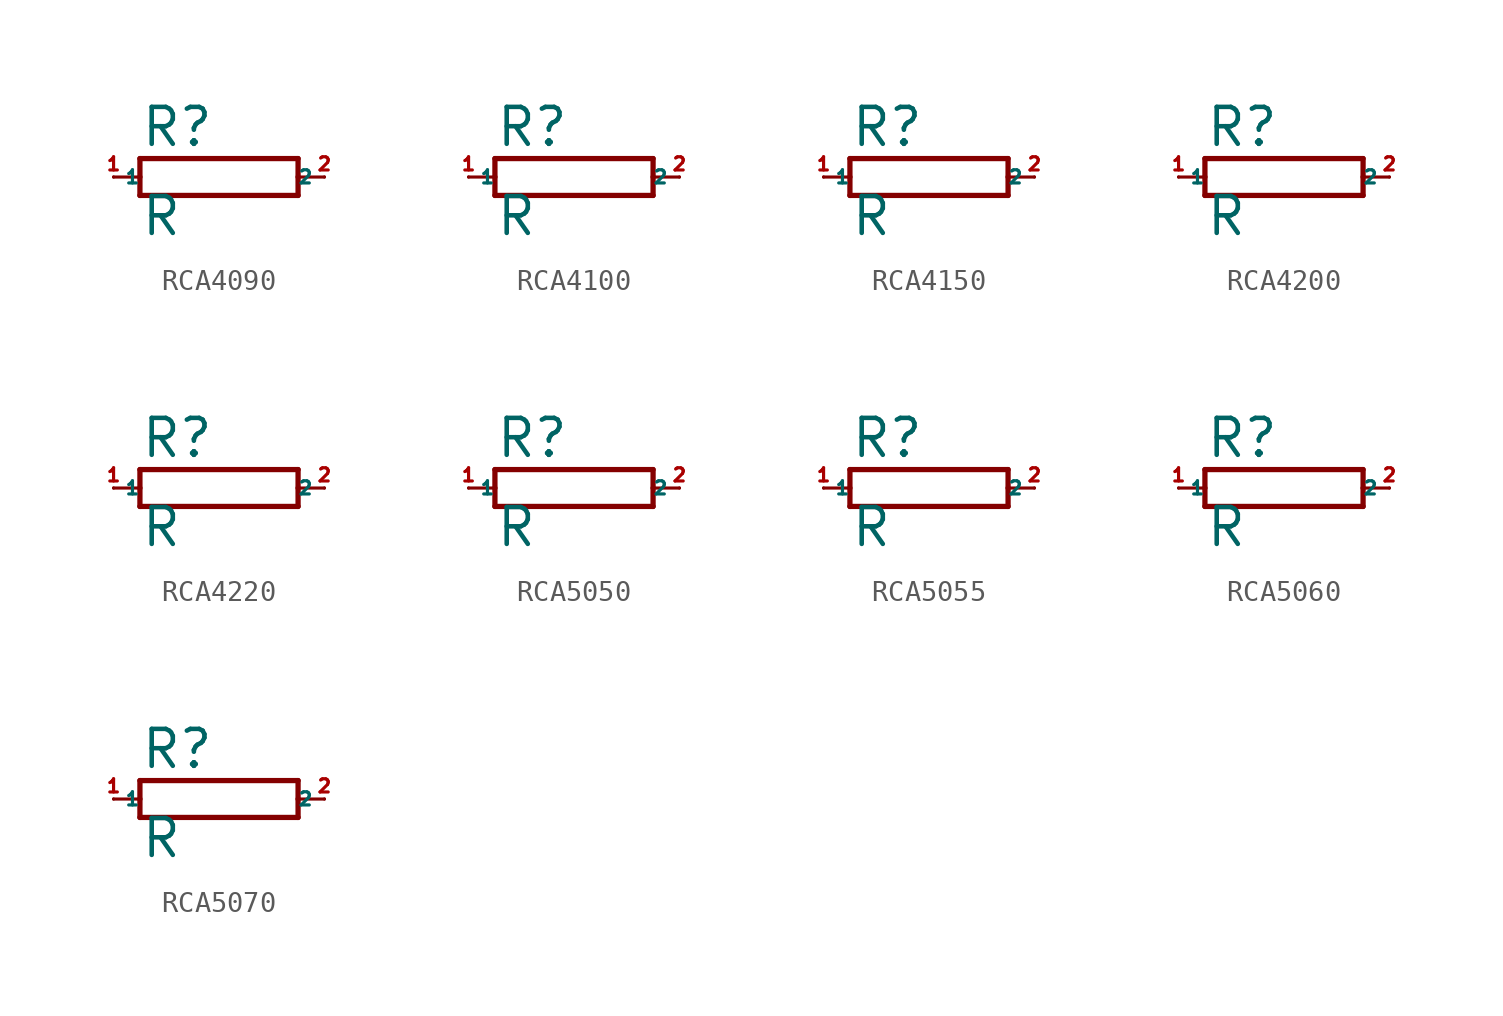
<source format=kicad_sym>
(kicad_symbol_lib
  (version 20220914)
  (generator Eagle2Kicad)
  (symbol "RCA4090"
    (property "Reference" "R"
      (at -3.81 1.372 0)
      (effects (font (size 1.778 1.778) (thickness 0.22)) (justify left bottom)))
    (property "Value" "R"
      (at -3.81 -2.921 0)
      (effects (font (size 1.778 1.778) (thickness 0.22)) (justify left bottom)))
    (polyline
      (pts (xy -3.81 -0.889) (xy 3.81 -0.889))
      (stroke (width 0.254) (type default))
      (fill (type none)))
    (polyline
      (pts (xy 3.81 -0.889) (xy 3.81 0))
      (stroke (width 0.254) (type default))
      (fill (type none)))
    (polyline
      (pts (xy 3.81 0.889) (xy -3.81 0.889))
      (stroke (width 0.254) (type default))
      (fill (type none)))
    (polyline
      (pts (xy -3.81 -0.889) (xy -3.81 0))
      (stroke (width 0.254) (type default))
      (fill (type none)))
    (polyline
      (pts (xy 3.81 0) (xy 5.08 0))
      (stroke (width 0.152) (type default))
      (fill (type none)))
    (polyline
      (pts (xy 3.81 0) (xy 3.81 0.889))
      (stroke (width 0.254) (type default))
      (fill (type none)))
    (polyline
      (pts (xy -5.08 0) (xy -3.81 0))
      (stroke (width 0.152) (type default))
      (fill (type none)))
    (polyline
      (pts (xy -3.81 0) (xy -3.81 0.889))
      (stroke (width 0.254) (type default))
      (fill (type none)))
    (pin passive line
      (at 5.08 0 180)
      (length 0)
      (name "2" (effects (font (size 0.635 0.635) (thickness 0.08)) (justify left bottom)))
      (number "2" (effects (font (size 0.635 0.635) (thickness 0.08)) (justify left bottom))))
    (pin passive line
      (at -5.08 0 0)
      (length 0)
      (name "1" (effects (font (size 0.635 0.635) (thickness 0.08)) (justify left bottom)))
      (number "1" (effects (font (size 0.635 0.635) (thickness 0.08)) (justify left bottom)))))
  (symbol "RCA4100"
    (property "Reference" "R"
      (at -3.81 1.372 0)
      (effects (font (size 1.778 1.778) (thickness 0.22)) (justify left bottom)))
    (property "Value" "R"
      (at -3.81 -2.921 0)
      (effects (font (size 1.778 1.778) (thickness 0.22)) (justify left bottom)))
    (polyline
      (pts (xy -3.81 -0.889) (xy 3.81 -0.889))
      (stroke (width 0.254) (type default))
      (fill (type none)))
    (polyline
      (pts (xy 3.81 -0.889) (xy 3.81 0))
      (stroke (width 0.254) (type default))
      (fill (type none)))
    (polyline
      (pts (xy 3.81 0.889) (xy -3.81 0.889))
      (stroke (width 0.254) (type default))
      (fill (type none)))
    (polyline
      (pts (xy -3.81 -0.889) (xy -3.81 0))
      (stroke (width 0.254) (type default))
      (fill (type none)))
    (polyline
      (pts (xy 3.81 0) (xy 5.08 0))
      (stroke (width 0.152) (type default))
      (fill (type none)))
    (polyline
      (pts (xy 3.81 0) (xy 3.81 0.889))
      (stroke (width 0.254) (type default))
      (fill (type none)))
    (polyline
      (pts (xy -5.08 0) (xy -3.81 0))
      (stroke (width 0.152) (type default))
      (fill (type none)))
    (polyline
      (pts (xy -3.81 0) (xy -3.81 0.889))
      (stroke (width 0.254) (type default))
      (fill (type none)))
    (pin passive line
      (at 5.08 0 180)
      (length 0)
      (name "2" (effects (font (size 0.635 0.635) (thickness 0.08)) (justify left bottom)))
      (number "2" (effects (font (size 0.635 0.635) (thickness 0.08)) (justify left bottom))))
    (pin passive line
      (at -5.08 0 0)
      (length 0)
      (name "1" (effects (font (size 0.635 0.635) (thickness 0.08)) (justify left bottom)))
      (number "1" (effects (font (size 0.635 0.635) (thickness 0.08)) (justify left bottom)))))
  (symbol "RCA4150"
    (property "Reference" "R"
      (at -3.81 1.372 0)
      (effects (font (size 1.778 1.778) (thickness 0.22)) (justify left bottom)))
    (property "Value" "R"
      (at -3.81 -2.921 0)
      (effects (font (size 1.778 1.778) (thickness 0.22)) (justify left bottom)))
    (polyline
      (pts (xy -3.81 -0.889) (xy 3.81 -0.889))
      (stroke (width 0.254) (type default))
      (fill (type none)))
    (polyline
      (pts (xy 3.81 -0.889) (xy 3.81 0))
      (stroke (width 0.254) (type default))
      (fill (type none)))
    (polyline
      (pts (xy 3.81 0.889) (xy -3.81 0.889))
      (stroke (width 0.254) (type default))
      (fill (type none)))
    (polyline
      (pts (xy -3.81 -0.889) (xy -3.81 0))
      (stroke (width 0.254) (type default))
      (fill (type none)))
    (polyline
      (pts (xy 3.81 0) (xy 5.08 0))
      (stroke (width 0.152) (type default))
      (fill (type none)))
    (polyline
      (pts (xy 3.81 0) (xy 3.81 0.889))
      (stroke (width 0.254) (type default))
      (fill (type none)))
    (polyline
      (pts (xy -5.08 0) (xy -3.81 0))
      (stroke (width 0.152) (type default))
      (fill (type none)))
    (polyline
      (pts (xy -3.81 0) (xy -3.81 0.889))
      (stroke (width 0.254) (type default))
      (fill (type none)))
    (pin passive line
      (at 5.08 0 180)
      (length 0)
      (name "2" (effects (font (size 0.635 0.635) (thickness 0.08)) (justify left bottom)))
      (number "2" (effects (font (size 0.635 0.635) (thickness 0.08)) (justify left bottom))))
    (pin passive line
      (at -5.08 0 0)
      (length 0)
      (name "1" (effects (font (size 0.635 0.635) (thickness 0.08)) (justify left bottom)))
      (number "1" (effects (font (size 0.635 0.635) (thickness 0.08)) (justify left bottom)))))
  (symbol "RCA4200"
    (property "Reference" "R"
      (at -3.81 1.372 0)
      (effects (font (size 1.778 1.778) (thickness 0.22)) (justify left bottom)))
    (property "Value" "R"
      (at -3.81 -2.921 0)
      (effects (font (size 1.778 1.778) (thickness 0.22)) (justify left bottom)))
    (polyline
      (pts (xy -3.81 -0.889) (xy 3.81 -0.889))
      (stroke (width 0.254) (type default))
      (fill (type none)))
    (polyline
      (pts (xy 3.81 -0.889) (xy 3.81 0))
      (stroke (width 0.254) (type default))
      (fill (type none)))
    (polyline
      (pts (xy 3.81 0.889) (xy -3.81 0.889))
      (stroke (width 0.254) (type default))
      (fill (type none)))
    (polyline
      (pts (xy -3.81 -0.889) (xy -3.81 0))
      (stroke (width 0.254) (type default))
      (fill (type none)))
    (polyline
      (pts (xy 3.81 0) (xy 5.08 0))
      (stroke (width 0.152) (type default))
      (fill (type none)))
    (polyline
      (pts (xy 3.81 0) (xy 3.81 0.889))
      (stroke (width 0.254) (type default))
      (fill (type none)))
    (polyline
      (pts (xy -5.08 0) (xy -3.81 0))
      (stroke (width 0.152) (type default))
      (fill (type none)))
    (polyline
      (pts (xy -3.81 0) (xy -3.81 0.889))
      (stroke (width 0.254) (type default))
      (fill (type none)))
    (pin passive line
      (at 5.08 0 180)
      (length 0)
      (name "2" (effects (font (size 0.635 0.635) (thickness 0.08)) (justify left bottom)))
      (number "2" (effects (font (size 0.635 0.635) (thickness 0.08)) (justify left bottom))))
    (pin passive line
      (at -5.08 0 0)
      (length 0)
      (name "1" (effects (font (size 0.635 0.635) (thickness 0.08)) (justify left bottom)))
      (number "1" (effects (font (size 0.635 0.635) (thickness 0.08)) (justify left bottom)))))
  (symbol "RCA4220"
    (property "Reference" "R"
      (at -3.81 1.372 0)
      (effects (font (size 1.778 1.778) (thickness 0.22)) (justify left bottom)))
    (property "Value" "R"
      (at -3.81 -2.921 0)
      (effects (font (size 1.778 1.778) (thickness 0.22)) (justify left bottom)))
    (polyline
      (pts (xy -3.81 -0.889) (xy 3.81 -0.889))
      (stroke (width 0.254) (type default))
      (fill (type none)))
    (polyline
      (pts (xy 3.81 -0.889) (xy 3.81 0))
      (stroke (width 0.254) (type default))
      (fill (type none)))
    (polyline
      (pts (xy 3.81 0.889) (xy -3.81 0.889))
      (stroke (width 0.254) (type default))
      (fill (type none)))
    (polyline
      (pts (xy -3.81 -0.889) (xy -3.81 0))
      (stroke (width 0.254) (type default))
      (fill (type none)))
    (polyline
      (pts (xy 3.81 0) (xy 5.08 0))
      (stroke (width 0.152) (type default))
      (fill (type none)))
    (polyline
      (pts (xy 3.81 0) (xy 3.81 0.889))
      (stroke (width 0.254) (type default))
      (fill (type none)))
    (polyline
      (pts (xy -5.08 0) (xy -3.81 0))
      (stroke (width 0.152) (type default))
      (fill (type none)))
    (polyline
      (pts (xy -3.81 0) (xy -3.81 0.889))
      (stroke (width 0.254) (type default))
      (fill (type none)))
    (pin passive line
      (at 5.08 0 180)
      (length 0)
      (name "2" (effects (font (size 0.635 0.635) (thickness 0.08)) (justify left bottom)))
      (number "2" (effects (font (size 0.635 0.635) (thickness 0.08)) (justify left bottom))))
    (pin passive line
      (at -5.08 0 0)
      (length 0)
      (name "1" (effects (font (size 0.635 0.635) (thickness 0.08)) (justify left bottom)))
      (number "1" (effects (font (size 0.635 0.635) (thickness 0.08)) (justify left bottom)))))
  (symbol "RCA5050"
    (property "Reference" "R"
      (at -3.81 1.372 0)
      (effects (font (size 1.778 1.778) (thickness 0.22)) (justify left bottom)))
    (property "Value" "R"
      (at -3.81 -2.921 0)
      (effects (font (size 1.778 1.778) (thickness 0.22)) (justify left bottom)))
    (polyline
      (pts (xy -3.81 -0.889) (xy 3.81 -0.889))
      (stroke (width 0.254) (type default))
      (fill (type none)))
    (polyline
      (pts (xy 3.81 -0.889) (xy 3.81 0))
      (stroke (width 0.254) (type default))
      (fill (type none)))
    (polyline
      (pts (xy 3.81 0.889) (xy -3.81 0.889))
      (stroke (width 0.254) (type default))
      (fill (type none)))
    (polyline
      (pts (xy -3.81 -0.889) (xy -3.81 0))
      (stroke (width 0.254) (type default))
      (fill (type none)))
    (polyline
      (pts (xy 3.81 0) (xy 5.08 0))
      (stroke (width 0.152) (type default))
      (fill (type none)))
    (polyline
      (pts (xy 3.81 0) (xy 3.81 0.889))
      (stroke (width 0.254) (type default))
      (fill (type none)))
    (polyline
      (pts (xy -5.08 0) (xy -3.81 0))
      (stroke (width 0.152) (type default))
      (fill (type none)))
    (polyline
      (pts (xy -3.81 0) (xy -3.81 0.889))
      (stroke (width 0.254) (type default))
      (fill (type none)))
    (pin passive line
      (at 5.08 0 180)
      (length 0)
      (name "2" (effects (font (size 0.635 0.635) (thickness 0.08)) (justify left bottom)))
      (number "2" (effects (font (size 0.635 0.635) (thickness 0.08)) (justify left bottom))))
    (pin passive line
      (at -5.08 0 0)
      (length 0)
      (name "1" (effects (font (size 0.635 0.635) (thickness 0.08)) (justify left bottom)))
      (number "1" (effects (font (size 0.635 0.635) (thickness 0.08)) (justify left bottom)))))
  (symbol "RCA5055"
    (property "Reference" "R"
      (at -3.81 1.372 0)
      (effects (font (size 1.778 1.778) (thickness 0.22)) (justify left bottom)))
    (property "Value" "R"
      (at -3.81 -2.921 0)
      (effects (font (size 1.778 1.778) (thickness 0.22)) (justify left bottom)))
    (polyline
      (pts (xy -3.81 -0.889) (xy 3.81 -0.889))
      (stroke (width 0.254) (type default))
      (fill (type none)))
    (polyline
      (pts (xy 3.81 -0.889) (xy 3.81 0))
      (stroke (width 0.254) (type default))
      (fill (type none)))
    (polyline
      (pts (xy 3.81 0.889) (xy -3.81 0.889))
      (stroke (width 0.254) (type default))
      (fill (type none)))
    (polyline
      (pts (xy -3.81 -0.889) (xy -3.81 0))
      (stroke (width 0.254) (type default))
      (fill (type none)))
    (polyline
      (pts (xy 3.81 0) (xy 5.08 0))
      (stroke (width 0.152) (type default))
      (fill (type none)))
    (polyline
      (pts (xy 3.81 0) (xy 3.81 0.889))
      (stroke (width 0.254) (type default))
      (fill (type none)))
    (polyline
      (pts (xy -5.08 0) (xy -3.81 0))
      (stroke (width 0.152) (type default))
      (fill (type none)))
    (polyline
      (pts (xy -3.81 0) (xy -3.81 0.889))
      (stroke (width 0.254) (type default))
      (fill (type none)))
    (pin passive line
      (at 5.08 0 180)
      (length 0)
      (name "2" (effects (font (size 0.635 0.635) (thickness 0.08)) (justify left bottom)))
      (number "2" (effects (font (size 0.635 0.635) (thickness 0.08)) (justify left bottom))))
    (pin passive line
      (at -5.08 0 0)
      (length 0)
      (name "1" (effects (font (size 0.635 0.635) (thickness 0.08)) (justify left bottom)))
      (number "1" (effects (font (size 0.635 0.635) (thickness 0.08)) (justify left bottom)))))
  (symbol "RCA5060"
    (property "Reference" "R"
      (at -3.81 1.372 0)
      (effects (font (size 1.778 1.778) (thickness 0.22)) (justify left bottom)))
    (property "Value" "R"
      (at -3.81 -2.921 0)
      (effects (font (size 1.778 1.778) (thickness 0.22)) (justify left bottom)))
    (polyline
      (pts (xy -3.81 -0.889) (xy 3.81 -0.889))
      (stroke (width 0.254) (type default))
      (fill (type none)))
    (polyline
      (pts (xy 3.81 -0.889) (xy 3.81 0))
      (stroke (width 0.254) (type default))
      (fill (type none)))
    (polyline
      (pts (xy 3.81 0.889) (xy -3.81 0.889))
      (stroke (width 0.254) (type default))
      (fill (type none)))
    (polyline
      (pts (xy -3.81 -0.889) (xy -3.81 0))
      (stroke (width 0.254) (type default))
      (fill (type none)))
    (polyline
      (pts (xy 3.81 0) (xy 5.08 0))
      (stroke (width 0.152) (type default))
      (fill (type none)))
    (polyline
      (pts (xy 3.81 0) (xy 3.81 0.889))
      (stroke (width 0.254) (type default))
      (fill (type none)))
    (polyline
      (pts (xy -5.08 0) (xy -3.81 0))
      (stroke (width 0.152) (type default))
      (fill (type none)))
    (polyline
      (pts (xy -3.81 0) (xy -3.81 0.889))
      (stroke (width 0.254) (type default))
      (fill (type none)))
    (pin passive line
      (at 5.08 0 180)
      (length 0)
      (name "2" (effects (font (size 0.635 0.635) (thickness 0.08)) (justify left bottom)))
      (number "2" (effects (font (size 0.635 0.635) (thickness 0.08)) (justify left bottom))))
    (pin passive line
      (at -5.08 0 0)
      (length 0)
      (name "1" (effects (font (size 0.635 0.635) (thickness 0.08)) (justify left bottom)))
      (number "1" (effects (font (size 0.635 0.635) (thickness 0.08)) (justify left bottom)))))
  (symbol "RCA5070"
    (property "Reference" "R"
      (at -3.81 1.372 0)
      (effects (font (size 1.778 1.778) (thickness 0.22)) (justify left bottom)))
    (property "Value" "R"
      (at -3.81 -2.921 0)
      (effects (font (size 1.778 1.778) (thickness 0.22)) (justify left bottom)))
    (polyline
      (pts (xy -3.81 -0.889) (xy 3.81 -0.889))
      (stroke (width 0.254) (type default))
      (fill (type none)))
    (polyline
      (pts (xy 3.81 -0.889) (xy 3.81 0))
      (stroke (width 0.254) (type default))
      (fill (type none)))
    (polyline
      (pts (xy 3.81 0.889) (xy -3.81 0.889))
      (stroke (width 0.254) (type default))
      (fill (type none)))
    (polyline
      (pts (xy -3.81 -0.889) (xy -3.81 0))
      (stroke (width 0.254) (type default))
      (fill (type none)))
    (polyline
      (pts (xy 3.81 0) (xy 5.08 0))
      (stroke (width 0.152) (type default))
      (fill (type none)))
    (polyline
      (pts (xy 3.81 0) (xy 3.81 0.889))
      (stroke (width 0.254) (type default))
      (fill (type none)))
    (polyline
      (pts (xy -5.08 0) (xy -3.81 0))
      (stroke (width 0.152) (type default))
      (fill (type none)))
    (polyline
      (pts (xy -3.81 0) (xy -3.81 0.889))
      (stroke (width 0.254) (type default))
      (fill (type none)))
    (pin passive line
      (at 5.08 0 180)
      (length 0)
      (name "2" (effects (font (size 0.635 0.635) (thickness 0.08)) (justify left bottom)))
      (number "2" (effects (font (size 0.635 0.635) (thickness 0.08)) (justify left bottom))))
    (pin passive line
      (at -5.08 0 0)
      (length 0)
      (name "1" (effects (font (size 0.635 0.635) (thickness 0.08)) (justify left bottom)))
      (number "1" (effects (font (size 0.635 0.635) (thickness 0.08)) (justify left bottom))))))
</source>
